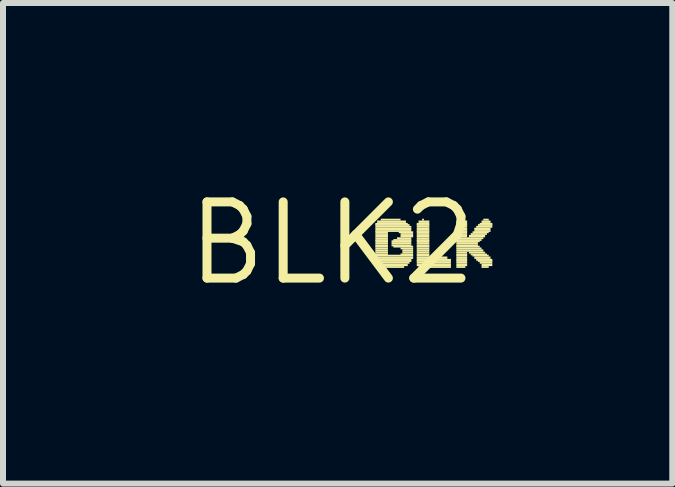
<source format=kicad_pcb>
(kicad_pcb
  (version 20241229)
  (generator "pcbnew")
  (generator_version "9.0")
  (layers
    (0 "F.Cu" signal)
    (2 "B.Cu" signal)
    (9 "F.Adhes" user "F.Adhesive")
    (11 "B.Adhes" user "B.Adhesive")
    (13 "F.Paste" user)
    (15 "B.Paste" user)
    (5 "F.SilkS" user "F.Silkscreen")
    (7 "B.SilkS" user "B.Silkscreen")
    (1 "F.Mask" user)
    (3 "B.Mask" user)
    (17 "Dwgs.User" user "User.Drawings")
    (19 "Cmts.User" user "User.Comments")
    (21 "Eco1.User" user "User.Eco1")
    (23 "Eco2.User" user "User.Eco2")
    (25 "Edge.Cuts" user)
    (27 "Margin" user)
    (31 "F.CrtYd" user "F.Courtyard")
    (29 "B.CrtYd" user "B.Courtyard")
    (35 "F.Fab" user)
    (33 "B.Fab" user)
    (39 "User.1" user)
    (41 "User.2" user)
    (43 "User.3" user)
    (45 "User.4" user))
  (footprint "BLK2"
    (layer "F.Cu")
    (at 2.487 1.006)
    (property "Reference" "BLK2" (at 0 0 0) (layer "F.SilkS") (effects (font (size 1.27 1.27) (thickness 0.15))))
    (fp_poly (pts (xy 0.72 -0.31) (xy 1.26 -0.31) (xy 1.26 -0.34) (xy 0.72 -0.34)) (stroke (width 0) (type default)) (fill yes) (layer "F.SilkS"))
    (fp_poly (pts (xy 0.72 -0.29) (xy 1.29 -0.29) (xy 1.29 -0.32) (xy 0.72 -0.32)) (stroke (width 0) (type default)) (fill yes) (layer "F.SilkS"))
    (fp_poly (pts (xy 0.72 -0.26) (xy 1.32 -0.26) (xy 1.32 -0.29) (xy 0.72 -0.29)) (stroke (width 0) (type default)) (fill yes) (layer "F.SilkS"))
    (fp_poly (pts (xy 0.72 -0.22) (xy 1.32 -0.22) (xy 1.32 -0.26) (xy 0.72 -0.26)) (stroke (width 0) (type default)) (fill yes) (layer "F.SilkS"))
    (fp_poly (pts (xy 0.72 -0.19) (xy 1.32 -0.19) (xy 1.32 -0.22) (xy 0.72 -0.22)) (stroke (width 0) (type default)) (fill yes) (layer "F.SilkS"))
    (fp_poly (pts (xy 0.72 -0.17) (xy 0.93 -0.17) (xy 0.93 -0.2) (xy 0.72 -0.2)) (stroke (width 0) (type default)) (fill yes) (layer "F.SilkS"))
    (fp_poly (pts (xy 0.72 -0.14) (xy 0.93 -0.14) (xy 0.93 -0.17) (xy 0.72 -0.17)) (stroke (width 0) (type default)) (fill yes) (layer "F.SilkS"))
    (fp_poly (pts (xy 0.72 -0.1) (xy 0.93 -0.1) (xy 0.93 -0.14) (xy 0.72 -0.14)) (stroke (width 0) (type default)) (fill yes) (layer "F.SilkS"))
    (fp_poly (pts (xy 0.72 -0.07) (xy 0.93 -0.07) (xy 0.93 -0.1) (xy 0.72 -0.1)) (stroke (width 0) (type default)) (fill yes) (layer "F.SilkS"))
    (fp_poly (pts (xy 0.72 -0.04) (xy 0.93 -0.04) (xy 0.93 -0.07) (xy 0.72 -0.07)) (stroke (width 0) (type default)) (fill yes) (layer "F.SilkS"))
    (fp_poly (pts (xy 0.72 -0.02) (xy 0.93 -0.02) (xy 0.93 -0.05) (xy 0.72 -0.05)) (stroke (width 0) (type default)) (fill yes) (layer "F.SilkS"))
    (fp_poly (pts (xy 0.72 0.02) (xy 0.93 0.02) (xy 0.93 -0.02) (xy 0.72 -0.02)) (stroke (width 0) (type default)) (fill yes) (layer "F.SilkS"))
    (fp_poly (pts (xy 0.72 0.05) (xy 0.93 0.05) (xy 0.93 0.02) (xy 0.72 0.02)) (stroke (width 0) (type default)) (fill yes) (layer "F.SilkS"))
    (fp_poly (pts (xy 0.72 0.07) (xy 0.93 0.07) (xy 0.93 0.04) (xy 0.72 0.04)) (stroke (width 0) (type default)) (fill yes) (layer "F.SilkS"))
    (fp_poly (pts (xy 0.72 0.1) (xy 0.93 0.1) (xy 0.93 0.07) (xy 0.72 0.07)) (stroke (width 0) (type default)) (fill yes) (layer "F.SilkS"))
    (fp_poly (pts (xy 0.72 0.14) (xy 0.93 0.14) (xy 0.93 0.1) (xy 0.72 0.1)) (stroke (width 0) (type default)) (fill yes) (layer "F.SilkS"))
    (fp_poly (pts (xy 0.72 0.17) (xy 0.93 0.17) (xy 0.93 0.14) (xy 0.72 0.14)) (stroke (width 0) (type default)) (fill yes) (layer "F.SilkS"))
    (fp_poly (pts (xy 0.72 0.2) (xy 0.93 0.2) (xy 0.93 0.17) (xy 0.72 0.17)) (stroke (width 0) (type default)) (fill yes) (layer "F.SilkS"))
    (fp_poly (pts (xy 0.72 0.22) (xy 1.35 0.22) (xy 1.35 0.19) (xy 0.72 0.19)) (stroke (width 0) (type default)) (fill yes) (layer "F.SilkS"))
    (fp_poly (pts (xy 0.72 0.26) (xy 1.35 0.26) (xy 1.35 0.22) (xy 0.72 0.22)) (stroke (width 0) (type default)) (fill yes) (layer "F.SilkS"))
    (fp_poly (pts (xy 0.72 0.29) (xy 1.32 0.29) (xy 1.32 0.26) (xy 0.72 0.26)) (stroke (width 0) (type default)) (fill yes) (layer "F.SilkS"))
    (fp_poly (pts (xy 0.72 0.31) (xy 1.32 0.31) (xy 1.32 0.28) (xy 0.72 0.28)) (stroke (width 0) (type default)) (fill yes) (layer "F.SilkS"))
    (fp_poly (pts (xy 0.72 0.34) (xy 1.29 0.34) (xy 1.29 0.31) (xy 0.72 0.31)) (stroke (width 0) (type default)) (fill yes) (layer "F.SilkS"))
    (fp_poly (pts (xy 0.72 0.38) (xy 1.26 0.38) (xy 1.26 0.34) (xy 0.72 0.34)) (stroke (width 0) (type default)) (fill yes) (layer "F.SilkS"))
    (fp_poly (pts (xy 0.75 -0.34) (xy 1.23 -0.34) (xy 1.23 -0.38) (xy 0.75 -0.38)) (stroke (width 0) (type default)) (fill yes) (layer "F.SilkS"))
    (fp_poly (pts (xy 0.75 0.41) (xy 1.2 0.41) (xy 1.2 0.38) (xy 0.75 0.38)) (stroke (width 0) (type default)) (fill yes) (layer "F.SilkS"))
    (fp_poly (pts (xy 0.81 -0.38) (xy 1.14 -0.38) (xy 1.14 -0.41) (xy 0.81 -0.41)) (stroke (width 0) (type default)) (fill yes) (layer "F.SilkS"))
    (fp_poly (pts (xy 0.99 -0.02) (xy 1.32 -0.02) (xy 1.32 -0.05) (xy 0.99 -0.05)) (stroke (width 0) (type default)) (fill yes) (layer "F.SilkS"))
    (fp_poly (pts (xy 0.99 0.02) (xy 1.32 0.02) (xy 1.32 -0.02) (xy 0.99 -0.02)) (stroke (width 0) (type default)) (fill yes) (layer "F.SilkS"))
    (fp_poly (pts (xy 0.99 0.05) (xy 1.32 0.05) (xy 1.32 0.02) (xy 0.99 0.02)) (stroke (width 0) (type default)) (fill yes) (layer "F.SilkS"))
    (fp_poly (pts (xy 1.02 -0.04) (xy 1.32 -0.04) (xy 1.32 -0.07) (xy 1.02 -0.07)) (stroke (width 0) (type default)) (fill yes) (layer "F.SilkS"))
    (fp_poly (pts (xy 1.02 0.07) (xy 1.35 0.07) (xy 1.35 0.04) (xy 1.02 0.04)) (stroke (width 0) (type default)) (fill yes) (layer "F.SilkS"))
    (fp_poly (pts (xy 1.08 -0.07) (xy 1.32 -0.07) (xy 1.32 -0.1) (xy 1.08 -0.1)) (stroke (width 0) (type default)) (fill yes) (layer "F.SilkS"))
    (fp_poly (pts (xy 1.11 -0.17) (xy 1.35 -0.17) (xy 1.35 -0.2) (xy 1.11 -0.2)) (stroke (width 0) (type default)) (fill yes) (layer "F.SilkS"))
    (fp_poly (pts (xy 1.14 -0.14) (xy 1.35 -0.14) (xy 1.35 -0.17) (xy 1.14 -0.17)) (stroke (width 0) (type default)) (fill yes) (layer "F.SilkS"))
    (fp_poly (pts (xy 1.14 -0.1) (xy 1.35 -0.1) (xy 1.35 -0.14) (xy 1.14 -0.14)) (stroke (width 0) (type default)) (fill yes) (layer "F.SilkS"))
    (fp_poly (pts (xy 1.14 0.1) (xy 1.35 0.1) (xy 1.35 0.07) (xy 1.14 0.07)) (stroke (width 0) (type default)) (fill yes) (layer "F.SilkS"))
    (fp_poly (pts (xy 1.14 0.2) (xy 1.35 0.2) (xy 1.35 0.17) (xy 1.14 0.17)) (stroke (width 0) (type default)) (fill yes) (layer "F.SilkS"))
    (fp_poly (pts (xy 1.17 0.14) (xy 1.35 0.14) (xy 1.35 0.1) (xy 1.17 0.1)) (stroke (width 0) (type default)) (fill yes) (layer "F.SilkS"))
    (fp_poly (pts (xy 1.17 0.17) (xy 1.35 0.17) (xy 1.35 0.14) (xy 1.17 0.14)) (stroke (width 0) (type default)) (fill yes) (layer "F.SilkS"))
    (fp_poly (pts (xy 1.41 -0.31) (xy 1.62 -0.31) (xy 1.62 -0.34) (xy 1.41 -0.34)) (stroke (width 0) (type default)) (fill yes) (layer "F.SilkS"))
    (fp_poly (pts (xy 1.41 -0.29) (xy 1.62 -0.29) (xy 1.62 -0.32) (xy 1.41 -0.32)) (stroke (width 0) (type default)) (fill yes) (layer "F.SilkS"))
    (fp_poly (pts (xy 1.41 -0.26) (xy 1.62 -0.26) (xy 1.62 -0.29) (xy 1.41 -0.29)) (stroke (width 0) (type default)) (fill yes) (layer "F.SilkS"))
    (fp_poly (pts (xy 1.41 -0.22) (xy 1.62 -0.22) (xy 1.62 -0.26) (xy 1.41 -0.26)) (stroke (width 0) (type default)) (fill yes) (layer "F.SilkS"))
    (fp_poly (pts (xy 1.41 -0.19) (xy 1.62 -0.19) (xy 1.62 -0.22) (xy 1.41 -0.22)) (stroke (width 0) (type default)) (fill yes) (layer "F.SilkS"))
    (fp_poly (pts (xy 1.41 -0.17) (xy 1.62 -0.17) (xy 1.62 -0.2) (xy 1.41 -0.2)) (stroke (width 0) (type default)) (fill yes) (layer "F.SilkS"))
    (fp_poly (pts (xy 1.41 -0.14) (xy 1.62 -0.14) (xy 1.62 -0.17) (xy 1.41 -0.17)) (stroke (width 0) (type default)) (fill yes) (layer "F.SilkS"))
    (fp_poly (pts (xy 1.41 -0.1) (xy 1.62 -0.1) (xy 1.62 -0.14) (xy 1.41 -0.14)) (stroke (width 0) (type default)) (fill yes) (layer "F.SilkS"))
    (fp_poly (pts (xy 1.41 -0.07) (xy 1.62 -0.07) (xy 1.62 -0.1) (xy 1.41 -0.1)) (stroke (width 0) (type default)) (fill yes) (layer "F.SilkS"))
    (fp_poly (pts (xy 1.41 -0.04) (xy 1.62 -0.04) (xy 1.62 -0.07) (xy 1.41 -0.07)) (stroke (width 0) (type default)) (fill yes) (layer "F.SilkS"))
    (fp_poly (pts (xy 1.41 -0.02) (xy 1.62 -0.02) (xy 1.62 -0.05) (xy 1.41 -0.05)) (stroke (width 0) (type default)) (fill yes) (layer "F.SilkS"))
    (fp_poly (pts (xy 1.41 0.02) (xy 1.62 0.02) (xy 1.62 -0.02) (xy 1.41 -0.02)) (stroke (width 0) (type default)) (fill yes) (layer "F.SilkS"))
    (fp_poly (pts (xy 1.41 0.05) (xy 1.62 0.05) (xy 1.62 0.02) (xy 1.41 0.02)) (stroke (width 0) (type default)) (fill yes) (layer "F.SilkS"))
    (fp_poly (pts (xy 1.41 0.07) (xy 1.62 0.07) (xy 1.62 0.04) (xy 1.41 0.04)) (stroke (width 0) (type default)) (fill yes) (layer "F.SilkS"))
    (fp_poly (pts (xy 1.41 0.1) (xy 1.62 0.1) (xy 1.62 0.07) (xy 1.41 0.07)) (stroke (width 0) (type default)) (fill yes) (layer "F.SilkS"))
    (fp_poly (pts (xy 1.41 0.14) (xy 1.62 0.14) (xy 1.62 0.1) (xy 1.41 0.1)) (stroke (width 0) (type default)) (fill yes) (layer "F.SilkS"))
    (fp_poly (pts (xy 1.41 0.17) (xy 1.62 0.17) (xy 1.62 0.14) (xy 1.41 0.14)) (stroke (width 0) (type default)) (fill yes) (layer "F.SilkS"))
    (fp_poly (pts (xy 1.41 0.2) (xy 1.62 0.2) (xy 1.62 0.17) (xy 1.41 0.17)) (stroke (width 0) (type default)) (fill yes) (layer "F.SilkS"))
    (fp_poly (pts (xy 1.41 0.22) (xy 1.62 0.22) (xy 1.62 0.19) (xy 1.41 0.19)) (stroke (width 0) (type default)) (fill yes) (layer "F.SilkS"))
    (fp_poly (pts (xy 1.41 0.26) (xy 1.92 0.26) (xy 1.92 0.22) (xy 1.41 0.22)) (stroke (width 0) (type default)) (fill yes) (layer "F.SilkS"))
    (fp_poly (pts (xy 1.41 0.29) (xy 1.98 0.29) (xy 1.98 0.26) (xy 1.41 0.26)) (stroke (width 0) (type default)) (fill yes) (layer "F.SilkS"))
    (fp_poly (pts (xy 1.41 0.31) (xy 1.98 0.31) (xy 1.98 0.28) (xy 1.41 0.28)) (stroke (width 0) (type default)) (fill yes) (layer "F.SilkS"))
    (fp_poly (pts (xy 1.41 0.34) (xy 1.98 0.34) (xy 1.98 0.31) (xy 1.41 0.31)) (stroke (width 0) (type default)) (fill yes) (layer "F.SilkS"))
    (fp_poly (pts (xy 1.41 0.38) (xy 1.98 0.38) (xy 1.98 0.34) (xy 1.41 0.34)) (stroke (width 0) (type default)) (fill yes) (layer "F.SilkS"))
    (fp_poly (pts (xy 1.44 -0.34) (xy 1.62 -0.34) (xy 1.62 -0.38) (xy 1.44 -0.38)) (stroke (width 0) (type default)) (fill yes) (layer "F.SilkS"))
    (fp_poly (pts (xy 1.44 0.41) (xy 1.98 0.41) (xy 1.98 0.38) (xy 1.44 0.38)) (stroke (width 0) (type default)) (fill yes) (layer "F.SilkS"))
    (fp_poly (pts (xy 1.5 -0.38) (xy 1.53 -0.38) (xy 1.53 -0.41) (xy 1.5 -0.41)) (stroke (width 0) (type default)) (fill yes) (layer "F.SilkS"))
    (fp_poly (pts (xy 2.07 -0.34) (xy 2.25 -0.34) (xy 2.25 -0.38) (xy 2.07 -0.38)) (stroke (width 0) (type default)) (fill yes) (layer "F.SilkS"))
    (fp_poly (pts (xy 2.07 -0.31) (xy 2.25 -0.31) (xy 2.25 -0.34) (xy 2.07 -0.34)) (stroke (width 0) (type default)) (fill yes) (layer "F.SilkS"))
    (fp_poly (pts (xy 2.07 -0.29) (xy 2.25 -0.29) (xy 2.25 -0.32) (xy 2.07 -0.32)) (stroke (width 0) (type default)) (fill yes) (layer "F.SilkS"))
    (fp_poly (pts (xy 2.07 -0.26) (xy 2.25 -0.26) (xy 2.25 -0.29) (xy 2.07 -0.29)) (stroke (width 0) (type default)) (fill yes) (layer "F.SilkS"))
    (fp_poly (pts (xy 2.07 -0.22) (xy 2.25 -0.22) (xy 2.25 -0.26) (xy 2.07 -0.26)) (stroke (width 0) (type default)) (fill yes) (layer "F.SilkS"))
    (fp_poly (pts (xy 2.07 -0.19) (xy 2.25 -0.19) (xy 2.25 -0.22) (xy 2.07 -0.22)) (stroke (width 0) (type default)) (fill yes) (layer "F.SilkS"))
    (fp_poly (pts (xy 2.07 -0.17) (xy 2.25 -0.17) (xy 2.25 -0.2) (xy 2.07 -0.2)) (stroke (width 0) (type default)) (fill yes) (layer "F.SilkS"))
    (fp_poly (pts (xy 2.07 -0.14) (xy 2.25 -0.14) (xy 2.25 -0.17) (xy 2.07 -0.17)) (stroke (width 0) (type default)) (fill yes) (layer "F.SilkS"))
    (fp_poly (pts (xy 2.07 -0.1) (xy 2.25 -0.1) (xy 2.25 -0.14) (xy 2.07 -0.14)) (stroke (width 0) (type default)) (fill yes) (layer "F.SilkS"))
    (fp_poly (pts (xy 2.07 -0.07) (xy 2.52 -0.07) (xy 2.52 -0.1) (xy 2.07 -0.1)) (stroke (width 0) (type default)) (fill yes) (layer "F.SilkS"))
    (fp_poly (pts (xy 2.07 -0.04) (xy 2.49 -0.04) (xy 2.49 -0.07) (xy 2.07 -0.07)) (stroke (width 0) (type default)) (fill yes) (layer "F.SilkS"))
    (fp_poly (pts (xy 2.07 -0.02) (xy 2.46 -0.02) (xy 2.46 -0.05) (xy 2.07 -0.05)) (stroke (width 0) (type default)) (fill yes) (layer "F.SilkS"))
    (fp_poly (pts (xy 2.07 0.02) (xy 2.43 0.02) (xy 2.43 -0.02) (xy 2.07 -0.02)) (stroke (width 0) (type default)) (fill yes) (layer "F.SilkS"))
    (fp_poly (pts (xy 2.07 0.05) (xy 2.43 0.05) (xy 2.43 0.02) (xy 2.07 0.02)) (stroke (width 0) (type default)) (fill yes) (layer "F.SilkS"))
    (fp_poly (pts (xy 2.07 0.07) (xy 2.46 0.07) (xy 2.46 0.04) (xy 2.07 0.04)) (stroke (width 0) (type default)) (fill yes) (layer "F.SilkS"))
    (fp_poly (pts (xy 2.07 0.1) (xy 2.49 0.1) (xy 2.49 0.07) (xy 2.07 0.07)) (stroke (width 0) (type default)) (fill yes) (layer "F.SilkS"))
    (fp_poly (pts (xy 2.07 0.14) (xy 2.52 0.14) (xy 2.52 0.1) (xy 2.07 0.1)) (stroke (width 0) (type default)) (fill yes) (layer "F.SilkS"))
    (fp_poly (pts (xy 2.07 0.17) (xy 2.25 0.17) (xy 2.25 0.14) (xy 2.07 0.14)) (stroke (width 0) (type default)) (fill yes) (layer "F.SilkS"))
    (fp_poly (pts (xy 2.07 0.2) (xy 2.25 0.2) (xy 2.25 0.17) (xy 2.07 0.17)) (stroke (width 0) (type default)) (fill yes) (layer "F.SilkS"))
    (fp_poly (pts (xy 2.07 0.22) (xy 2.25 0.22) (xy 2.25 0.19) (xy 2.07 0.19)) (stroke (width 0) (type default)) (fill yes) (layer "F.SilkS"))
    (fp_poly (pts (xy 2.07 0.26) (xy 2.25 0.26) (xy 2.25 0.22) (xy 2.07 0.22)) (stroke (width 0) (type default)) (fill yes) (layer "F.SilkS"))
    (fp_poly (pts (xy 2.07 0.29) (xy 2.25 0.29) (xy 2.25 0.26) (xy 2.07 0.26)) (stroke (width 0) (type default)) (fill yes) (layer "F.SilkS"))
    (fp_poly (pts (xy 2.07 0.31) (xy 2.25 0.31) (xy 2.25 0.28) (xy 2.07 0.28)) (stroke (width 0) (type default)) (fill yes) (layer "F.SilkS"))
    (fp_poly (pts (xy 2.07 0.34) (xy 2.25 0.34) (xy 2.25 0.31) (xy 2.07 0.31)) (stroke (width 0) (type default)) (fill yes) (layer "F.SilkS"))
    (fp_poly (pts (xy 2.07 0.38) (xy 2.25 0.38) (xy 2.25 0.34) (xy 2.07 0.34)) (stroke (width 0) (type default)) (fill yes) (layer "F.SilkS"))
    (fp_poly (pts (xy 2.07 0.41) (xy 2.22 0.41) (xy 2.22 0.38) (xy 2.07 0.38)) (stroke (width 0) (type default)) (fill yes) (layer "F.SilkS"))
    (fp_poly (pts (xy 2.13 -0.38) (xy 2.19 -0.38) (xy 2.19 -0.41) (xy 2.13 -0.41)) (stroke (width 0) (type default)) (fill yes) (layer "F.SilkS"))
    (fp_poly (pts (xy 2.28 -0.1) (xy 2.55 -0.1) (xy 2.55 -0.14) (xy 2.28 -0.14)) (stroke (width 0) (type default)) (fill yes) (layer "F.SilkS"))
    (fp_poly (pts (xy 2.28 0.17) (xy 2.55 0.17) (xy 2.55 0.14) (xy 2.28 0.14)) (stroke (width 0) (type default)) (fill yes) (layer "F.SilkS"))
    (fp_poly (pts (xy 2.31 -0.14) (xy 2.58 -0.14) (xy 2.58 -0.17) (xy 2.31 -0.17)) (stroke (width 0) (type default)) (fill yes) (layer "F.SilkS"))
    (fp_poly (pts (xy 2.31 0.2) (xy 2.58 0.2) (xy 2.58 0.17) (xy 2.31 0.17)) (stroke (width 0) (type default)) (fill yes) (layer "F.SilkS"))
    (fp_poly (pts (xy 2.34 -0.17) (xy 2.61 -0.17) (xy 2.61 -0.2) (xy 2.34 -0.2)) (stroke (width 0) (type default)) (fill yes) (layer "F.SilkS"))
    (fp_poly (pts (xy 2.34 0.22) (xy 2.61 0.22) (xy 2.61 0.19) (xy 2.34 0.19)) (stroke (width 0) (type default)) (fill yes) (layer "F.SilkS"))
    (fp_poly (pts (xy 2.37 -0.22) (xy 2.64 -0.22) (xy 2.64 -0.26) (xy 2.37 -0.26)) (stroke (width 0) (type default)) (fill yes) (layer "F.SilkS"))
    (fp_poly (pts (xy 2.37 -0.19) (xy 2.64 -0.19) (xy 2.64 -0.22) (xy 2.37 -0.22)) (stroke (width 0) (type default)) (fill yes) (layer "F.SilkS"))
    (fp_poly (pts (xy 2.37 0.26) (xy 2.64 0.26) (xy 2.64 0.22) (xy 2.37 0.22)) (stroke (width 0) (type default)) (fill yes) (layer "F.SilkS"))
    (fp_poly (pts (xy 2.4 -0.26) (xy 2.67 -0.26) (xy 2.67 -0.29) (xy 2.4 -0.29)) (stroke (width 0) (type default)) (fill yes) (layer "F.SilkS"))
    (fp_poly (pts (xy 2.4 0.29) (xy 2.67 0.29) (xy 2.67 0.26) (xy 2.4 0.26)) (stroke (width 0) (type default)) (fill yes) (layer "F.SilkS"))
    (fp_poly (pts (xy 2.43 -0.29) (xy 2.67 -0.29) (xy 2.67 -0.32) (xy 2.43 -0.32)) (stroke (width 0) (type default)) (fill yes) (layer "F.SilkS"))
    (fp_poly (pts (xy 2.43 0.31) (xy 2.67 0.31) (xy 2.67 0.28) (xy 2.43 0.28)) (stroke (width 0) (type default)) (fill yes) (layer "F.SilkS"))
    (fp_poly (pts (xy 2.46 -0.31) (xy 2.67 -0.31) (xy 2.67 -0.34) (xy 2.46 -0.34)) (stroke (width 0) (type default)) (fill yes) (layer "F.SilkS"))
    (fp_poly (pts (xy 2.46 0.34) (xy 2.67 0.34) (xy 2.67 0.31) (xy 2.46 0.31)) (stroke (width 0) (type default)) (fill yes) (layer "F.SilkS"))
    (fp_poly (pts (xy 2.49 -0.34) (xy 2.64 -0.34) (xy 2.64 -0.38) (xy 2.49 -0.38)) (stroke (width 0) (type default)) (fill yes) (layer "F.SilkS"))
    (fp_poly (pts (xy 2.49 0.38) (xy 2.67 0.38) (xy 2.67 0.34) (xy 2.49 0.34)) (stroke (width 0) (type default)) (fill yes) (layer "F.SilkS"))
    (fp_poly (pts (xy 2.49 0.41) (xy 2.61 0.41) (xy 2.61 0.38) (xy 2.49 0.38)) (stroke (width 0) (type default)) (fill yes) (layer "F.SilkS"))
    (fp_poly (pts (xy 2.52 -0.38) (xy 2.61 -0.38) (xy 2.61 -0.41) (xy 2.52 -0.41)) (stroke (width 0) (type default)) (fill yes) (layer "F.SilkS")))
  (gr_rect
    (start -3 -3)
    (end 8.157 5.012)
    (stroke (width 0.1) (type default))
    (fill no)
    (layer "Edge.Cuts")))
</source>
